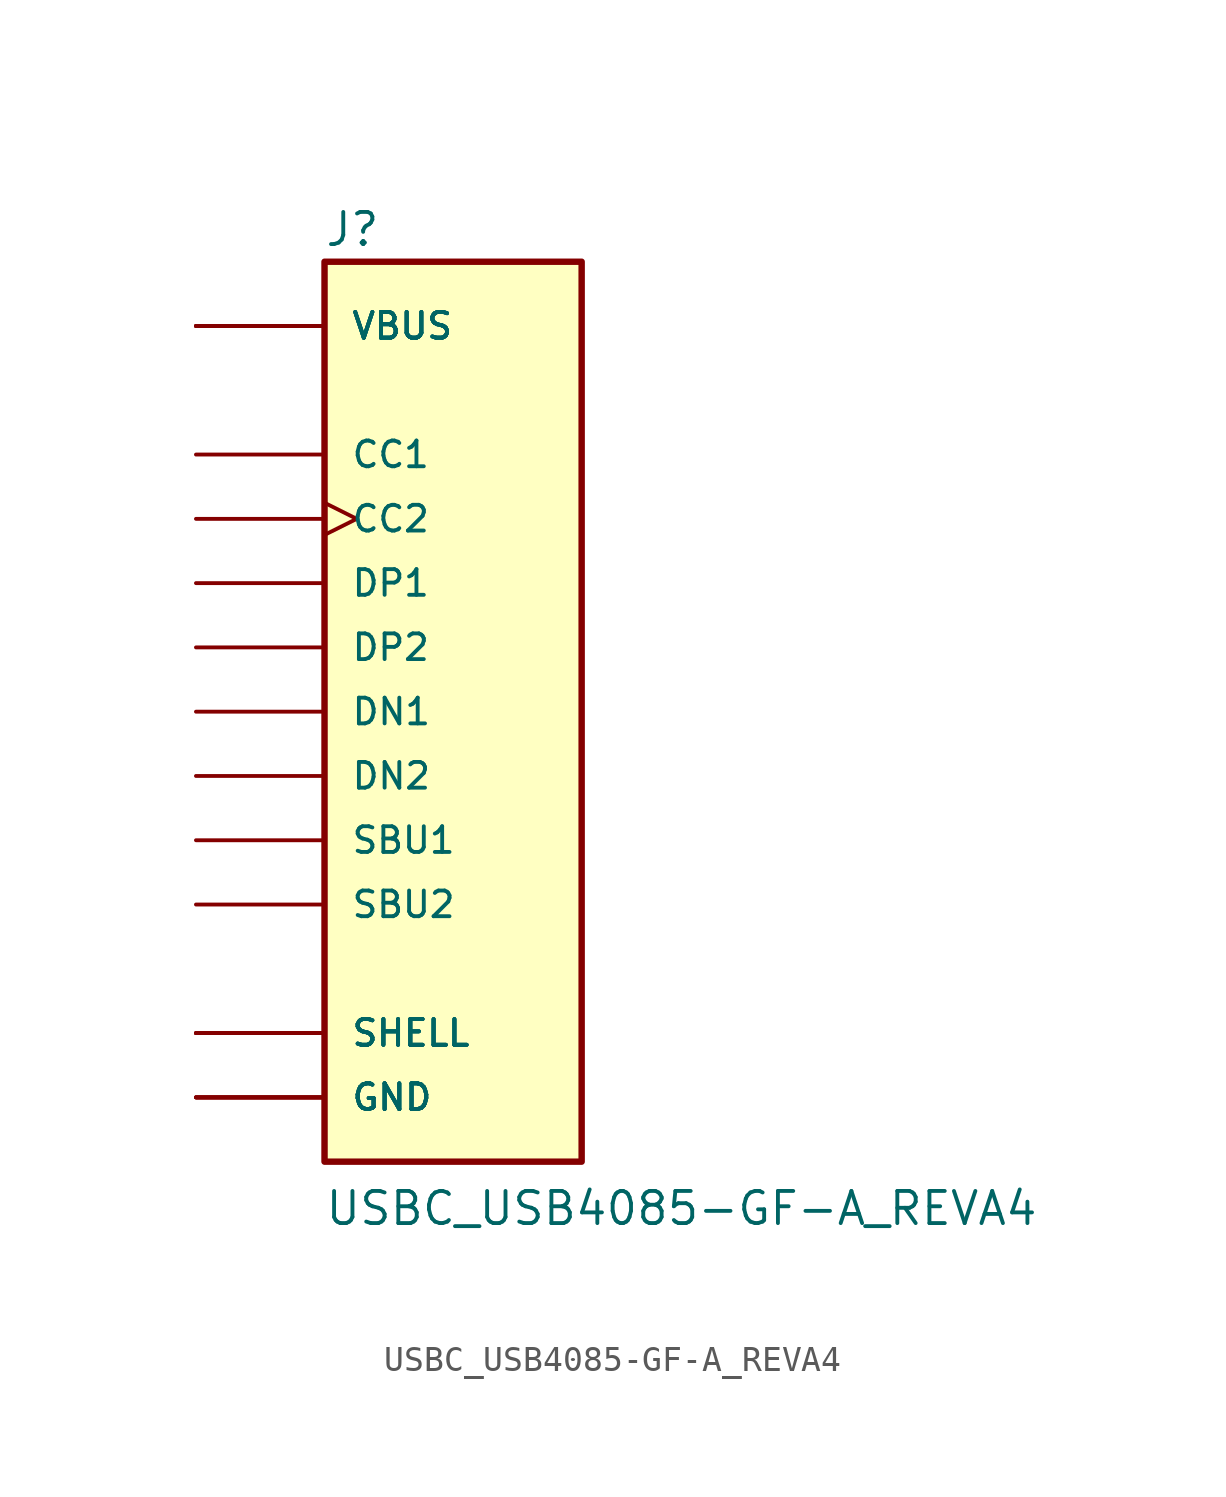
<source format=kicad_sym>
(kicad_symbol_lib
  (version 20211014)
  (generator kicad_symbol_editor)
  (symbol "USBC_USB4085-GF-A_REVA4"
    (pin_numbers hide)
    (pin_names
      (offset 1.016))
    (property "Reference" "J"
      (at -5.105 18.313 0)
      (effects (font (size 1.27 1.27)) (justify left bottom)))
    (property "Value" "USBC_USB4085-GF-A_REVA4"
      (at -5.105 -20.371 0)
      (effects (font (size 1.27 1.27)) (justify left bottom)))
    (property "ki_locked" ""
      (at 0 0 0)
      (effects (font (size 1.27 1.27))))
    (symbol "USBC_USB4085-GF-A_REVA4_0_0"
      (rectangle (start -5.08 -17.78) (end 5.08 17.78) (stroke (width 0.254) (type default) (color 0 0 0 0)) (fill (type background)))
      (pin passive line (at -10.16 -15.24 0) (length 5.08) (name "GND" (effects (font (size 1.016 1.016)))) (number "A1" (effects (font (size 1.016 1.016)))))
      (pin passive line (at -10.16 -15.24 0) (length 5.08) (name "GND" (effects (font (size 1.016 1.016)))) (number "A12" (effects (font (size 1.016 1.016)))))
      (pin power_in line (at -10.16 15.24 0) (length 5.08) (name "VBUS" (effects (font (size 1.016 1.016)))) (number "A4" (effects (font (size 1.016 1.016)))))
      (pin bidirectional line (at -10.16 10.16 0) (length 5.08) (name "CC1" (effects (font (size 1.016 1.016)))) (number "A5" (effects (font (size 1.016 1.016)))))
      (pin bidirectional line (at -10.16 5.08 0) (length 5.08) (name "DP1" (effects (font (size 1.016 1.016)))) (number "A6" (effects (font (size 1.016 1.016)))))
      (pin bidirectional line (at -10.16 0 0) (length 5.08) (name "DN1" (effects (font (size 1.016 1.016)))) (number "A7" (effects (font (size 1.016 1.016)))))
      (pin bidirectional line (at -10.16 -5.08 0) (length 5.08) (name "SBU1" (effects (font (size 1.016 1.016)))) (number "A8" (effects (font (size 1.016 1.016)))))
      (pin power_in line (at -10.16 15.24 0) (length 5.08) (name "VBUS" (effects (font (size 1.016 1.016)))) (number "A9" (effects (font (size 1.016 1.016)))))
      (pin passive line (at -10.16 -15.24 0) (length 5.08) (name "GND" (effects (font (size 1.016 1.016)))) (number "B1" (effects (font (size 1.016 1.016)))))
      (pin passive line (at -10.16 -15.24 0) (length 5.08) (name "GND" (effects (font (size 1.016 1.016)))) (number "B12" (effects (font (size 1.016 1.016)))))
      (pin power_in line (at -10.16 15.24 0) (length 5.08) (name "VBUS" (effects (font (size 1.016 1.016)))) (number "B4" (effects (font (size 1.016 1.016)))))
      (pin bidirectional clock (at -10.16 7.62 0) (length 5.08) (name "CC2" (effects (font (size 1.016 1.016)))) (number "B5" (effects (font (size 1.016 1.016)))))
      (pin bidirectional line (at -10.16 2.54 0) (length 5.08) (name "DP2" (effects (font (size 1.016 1.016)))) (number "B6" (effects (font (size 1.016 1.016)))))
      (pin bidirectional line (at -10.16 -2.54 0) (length 5.08) (name "DN2" (effects (font (size 1.016 1.016)))) (number "B7" (effects (font (size 1.016 1.016)))))
      (pin bidirectional line (at -10.16 -7.62 0) (length 5.08) (name "SBU2" (effects (font (size 1.016 1.016)))) (number "B8" (effects (font (size 1.016 1.016)))))
      (pin power_in line (at -10.16 15.24 0) (length 5.08) (name "VBUS" (effects (font (size 1.016 1.016)))) (number "B9" (effects (font (size 1.016 1.016)))))
      (pin passive line (at -10.16 -12.7 0) (length 5.08) (name "SHELL" (effects (font (size 1.016 1.016)))) (number "P1" (effects (font (size 1.016 1.016)))))
      (pin passive line (at -10.16 -12.7 0) (length 5.08) (name "SHELL" (effects (font (size 1.016 1.016)))) (number "P2" (effects (font (size 1.016 1.016)))))
      (pin passive line (at -10.16 -12.7 0) (length 5.08) (name "SHELL" (effects (font (size 1.016 1.016)))) (number "P3" (effects (font (size 1.016 1.016)))))
      (pin passive line (at -10.16 -12.7 0) (length 5.08) (name "SHELL" (effects (font (size 1.016 1.016)))) (number "P4" (effects (font (size 1.016 1.016))))))))
</source>
